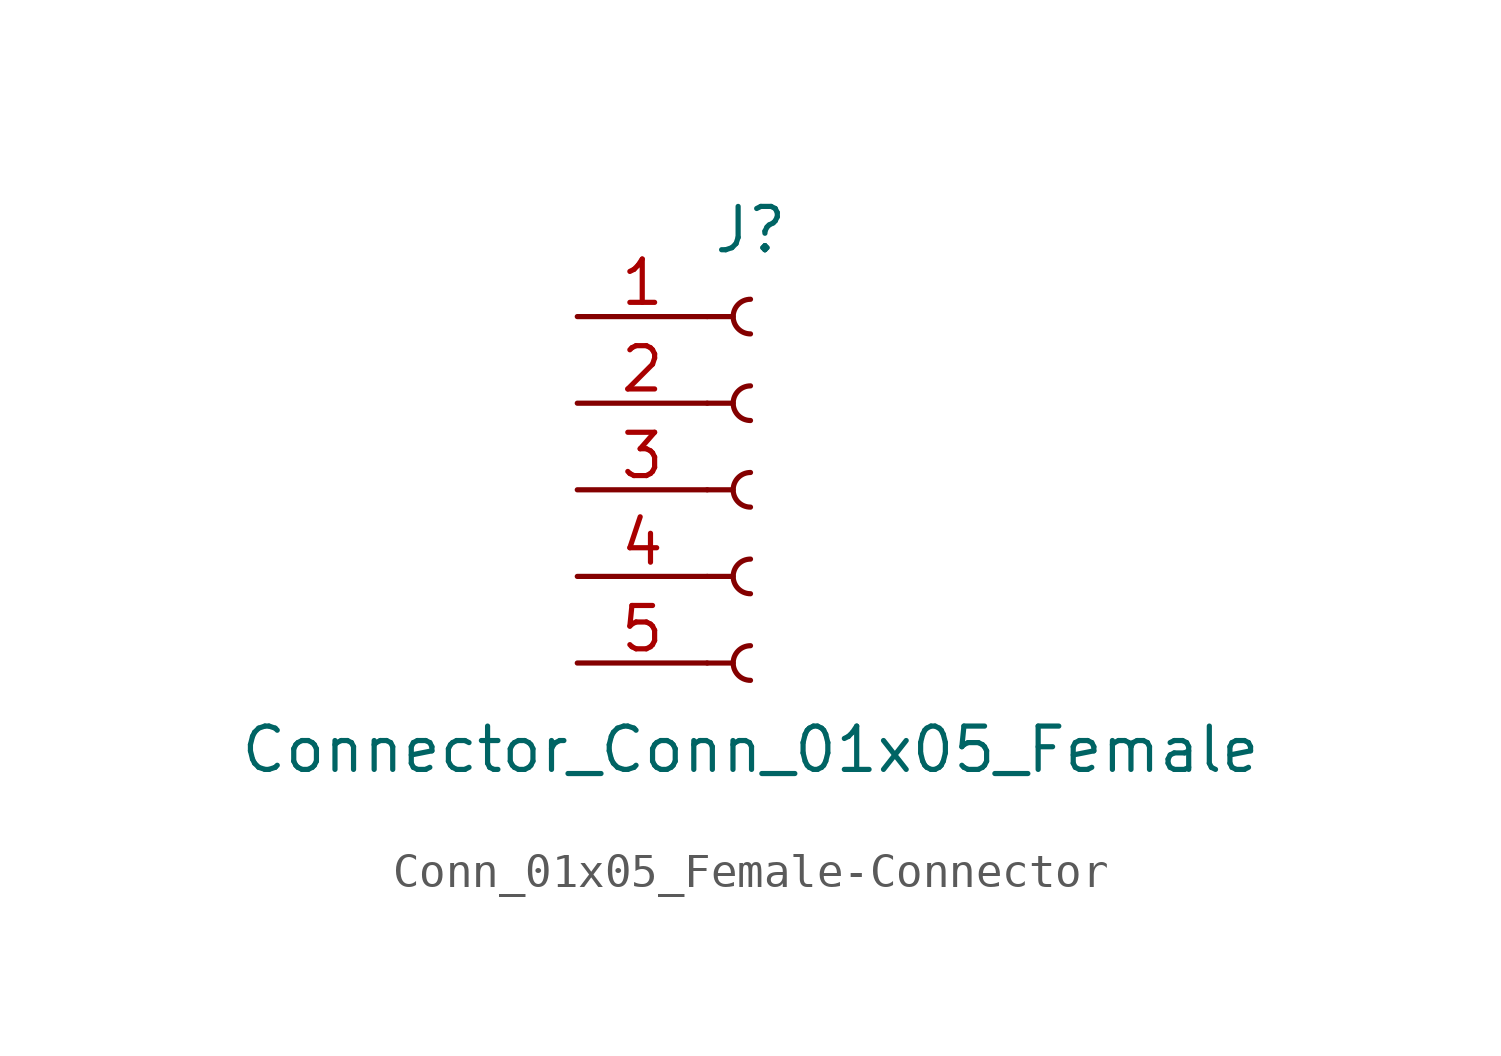
<source format=kicad_sym>
(kicad_symbol_lib
  (version 20220914)
  (generator kicad_symbol_editor)
  (symbol "Conn_01x05_Female-Connector"
    (pin_names
      (offset 1.016) hide)
    (property "Reference" "J"
      (at 0 7.62 0)
      (effects (font (size 1.27 1.27))))
    (property "Value" "Connector_Conn_01x05_Female"
      (at 0 -7.62 0)
      (effects (font (size 1.27 1.27))))
    (symbol "Conn_01x05_Female-Connector_1_1"
      (arc (start 0 -4.572) (mid -0.508 -5.08) (end 0 -5.588) (stroke (width 0.1524) (type solid)) (fill (type none)))
      (arc (start 0 -2.032) (mid -0.508 -2.54) (end 0 -3.048) (stroke (width 0.1524) (type solid)) (fill (type none)))
      (polyline (pts (xy -1.27 -5.08) (xy -0.508 -5.08)) (stroke (width 0.152) (type solid)) (fill (type none)))
      (polyline (pts (xy -1.27 -2.54) (xy -0.508 -2.54)) (stroke (width 0.152) (type solid)) (fill (type none)))
      (polyline (pts (xy -1.27 0) (xy -0.508 0)) (stroke (width 0.152) (type solid)) (fill (type none)))
      (polyline (pts (xy -1.27 2.54) (xy -0.508 2.54)) (stroke (width 0.152) (type solid)) (fill (type none)))
      (polyline (pts (xy -1.27 5.08) (xy -0.508 5.08)) (stroke (width 0.152) (type solid)) (fill (type none)))
      (arc (start 0 0.508) (mid -0.508 0) (end 0 -0.508) (stroke (width 0.1524) (type solid)) (fill (type none)))
      (arc (start 0 3.048) (mid -0.508 2.54) (end 0 2.032) (stroke (width 0.1524) (type solid)) (fill (type none)))
      (arc (start 0 5.588) (mid -0.508 5.08) (end 0 4.572) (stroke (width 0.1524) (type solid)) (fill (type none)))
      (pin passive line (at -5.08 5.08 0) (length 3.81) (name "Pin_1" (effects (font (size 1.27 1.27)))) (number "1" (effects (font (size 1.27 1.27)))))
      (pin passive line (at -5.08 2.54 0) (length 3.81) (name "Pin_2" (effects (font (size 1.27 1.27)))) (number "2" (effects (font (size 1.27 1.27)))))
      (pin passive line (at -5.08 0 0) (length 3.81) (name "Pin_3" (effects (font (size 1.27 1.27)))) (number "3" (effects (font (size 1.27 1.27)))))
      (pin passive line (at -5.08 -2.54 0) (length 3.81) (name "Pin_4" (effects (font (size 1.27 1.27)))) (number "4" (effects (font (size 1.27 1.27)))))
      (pin passive line (at -5.08 -5.08 0) (length 3.81) (name "Pin_5" (effects (font (size 1.27 1.27)))) (number "5" (effects (font (size 1.27 1.27))))))))
</source>
